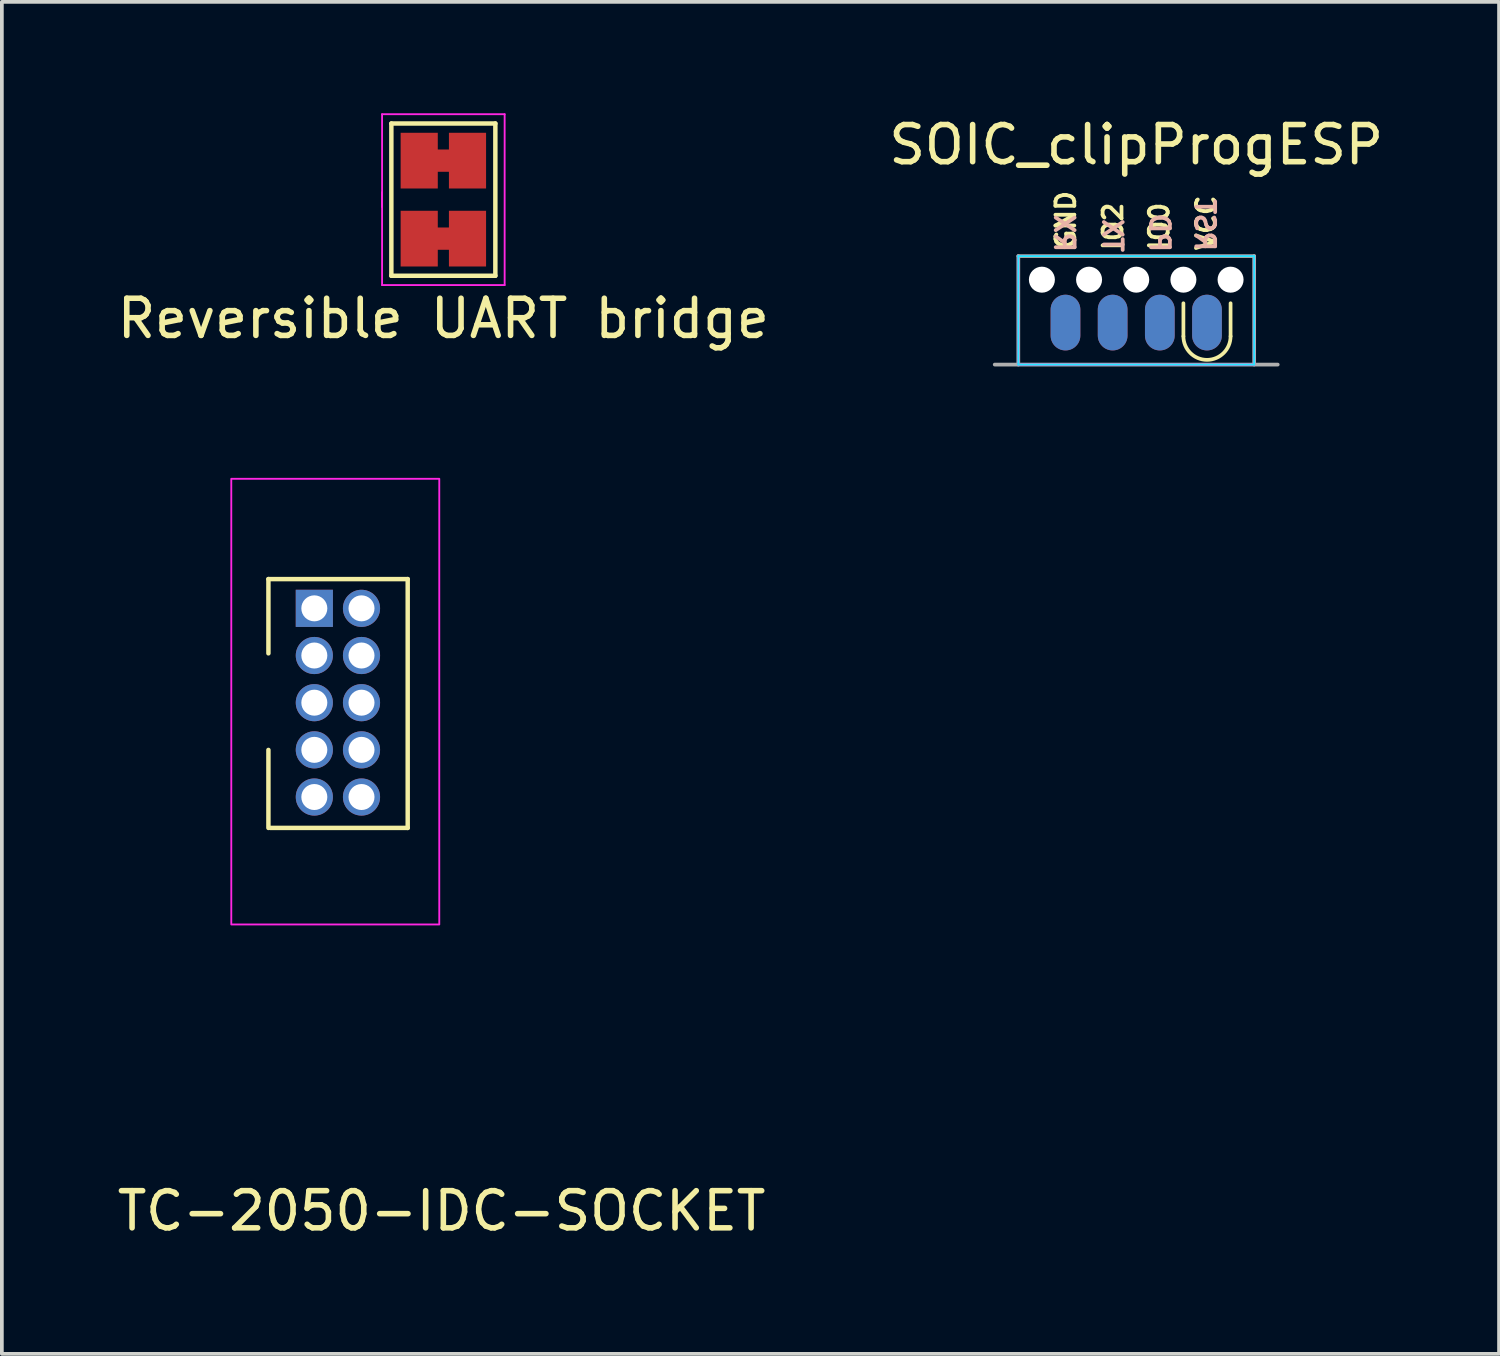
<source format=kicad_pcb>
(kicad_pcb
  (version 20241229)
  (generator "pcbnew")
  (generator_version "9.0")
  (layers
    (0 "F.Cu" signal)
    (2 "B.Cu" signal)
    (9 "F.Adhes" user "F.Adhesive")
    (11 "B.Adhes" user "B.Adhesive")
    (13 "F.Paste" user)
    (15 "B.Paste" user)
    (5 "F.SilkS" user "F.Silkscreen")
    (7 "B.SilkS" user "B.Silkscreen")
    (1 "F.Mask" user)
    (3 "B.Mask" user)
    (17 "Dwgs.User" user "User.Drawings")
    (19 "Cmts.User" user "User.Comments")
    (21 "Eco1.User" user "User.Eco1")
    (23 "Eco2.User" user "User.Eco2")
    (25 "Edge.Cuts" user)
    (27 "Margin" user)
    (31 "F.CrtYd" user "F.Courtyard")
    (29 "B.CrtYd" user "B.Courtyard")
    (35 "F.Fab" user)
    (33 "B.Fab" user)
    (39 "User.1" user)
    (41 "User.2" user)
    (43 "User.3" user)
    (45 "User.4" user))
  (footprint "TC-2050-IDC-SOCKET"
    (layer "F.Cu")
    (at 8.077 22.441)
    (property "Reference" "TC-2050-IDC-SOCKET" (at 0.762 7.112 0) (unlocked yes) (layer "F.SilkS") (effects (font (size 1 1) (thickness 0.15))))
    (attr through_hole)
    (fp_line (start -3.9 -9.9) (end -3.9 -7.9) (stroke (width 0.12) (type default)) (layer "F.SilkS"))
    (fp_line (start -3.9 -9.9) (end -0.15 -9.9) (stroke (width 0.12) (type default)) (layer "F.SilkS"))
    (fp_line (start -3.9 -3.2) (end -3.9 -5.3) (stroke (width 0.12) (type default)) (layer "F.SilkS"))
    (fp_line (start -3.85 -3.2) (end -0.15 -3.2) (stroke (width 0.12) (type default)) (layer "F.SilkS"))
    (fp_line (start -0.15 -9.9) (end -0.15 -3.2) (stroke (width 0.12) (type default)) (layer "F.SilkS"))
    (fp_rect (start -4.9 -12.6) (end 0.7 -0.6) (stroke (width 0.05) (type default)) (fill no) (layer "F.CrtYd"))
    (pad "1" thru_hole rect (at -2.664 -9.112) (size 1 1) (drill 0.7) (layers "*.Cu" "*.Mask"))
    (pad "2" thru_hole oval (at -2.664 -7.842) (size 1 1) (drill 0.7) (layers "*.Cu" "*.Mask"))
    (pad "3" thru_hole oval (at -2.664 -6.572) (size 1 1) (drill 0.7) (layers "*.Cu" "*.Mask"))
    (pad "4" thru_hole oval (at -2.664 -5.302) (size 1 1) (drill 0.7) (layers "*.Cu" "*.Mask"))
    (pad "5" thru_hole oval (at -2.664 -4.032) (size 1 1) (drill 0.7) (layers "*.Cu" "*.Mask"))
    (pad "6" thru_hole oval (at -1.394 -4.032) (size 1 1) (drill 0.7) (layers "*.Cu" "*.Mask"))
    (pad "7" thru_hole oval (at -1.394 -5.302) (size 1 1) (drill 0.7) (layers "*.Cu" "*.Mask"))
    (pad "8" thru_hole oval (at -1.394 -6.572) (size 1 1) (drill 0.7) (layers "*.Cu" "*.Mask"))
    (pad "9" thru_hole oval (at -1.394 -7.842) (size 1 1) (drill 0.7) (layers "*.Cu" "*.Mask"))
    (pad "10" thru_hole oval (at -1.394 -9.112) (size 1 1) (drill 0.7) (layers "*.Cu" "*.Mask")))
  (footprint "Reversible UART bridge"
    (layer "F.Cu")
    (at 8.887 6.025)
    (property "Reference" "Reversible UART bridge" (at 0 -0.5 0) (unlocked yes) (layer "F.SilkS") (effects (font (size 1 1) (thickness 0.15))))
    (attr smd)
    (fp_poly (pts (xy -0.25 -5.05) (xy 0.25 -5.05) (xy 0.25 -4.45) (xy -0.25 -4.45)) (stroke (width 0) (type solid)) (fill yes) (layer "F.Cu"))
    (fp_poly (pts (xy -0.25 -2.95) (xy 0.25 -2.95) (xy 0.25 -2.35) (xy -0.25 -2.35)) (stroke (width 0) (type solid)) (fill yes) (layer "F.Cu"))
    (fp_line (start -1.4 -5.75) (end 1.4 -5.75) (stroke (width 0.12) (type solid)) (layer "F.SilkS"))
    (fp_line (start -1.4 -1.65) (end -1.4 -5.75) (stroke (width 0.12) (type solid)) (layer "F.SilkS"))
    (fp_line (start 1.4 -5.75) (end 1.4 -1.65) (stroke (width 0.12) (type solid)) (layer "F.SilkS"))
    (fp_line (start 1.4 -1.65) (end -1.4 -1.65) (stroke (width 0.12) (type solid)) (layer "F.SilkS"))
    (fp_line (start -1.65 -6) (end -1.65 -3.5) (stroke (width 0.05) (type solid)) (layer "F.CrtYd"))
    (fp_line (start -1.65 -6) (end 1.65 -6) (stroke (width 0.05) (type solid)) (layer "F.CrtYd"))
    (fp_line (start -1.65 -3.9) (end -1.65 -1.4) (stroke (width 0.05) (type solid)) (layer "F.CrtYd"))
    (fp_line (start 1.65 -1.4) (end -1.65 -1.4) (stroke (width 0.05) (type solid)) (layer "F.CrtYd"))
    (fp_line (start 1.65 -1.4) (end 1.65 -6) (stroke (width 0.05) (type solid)) (layer "F.CrtYd"))
    (pad "1" smd rect (at -0.65 -4.75) (size 1 1.5) (layers "F.Cu" "F.Mask"))
    (pad "2" smd rect (at 0.65 -4.75) (size 1 1.5) (layers "F.Cu" "F.Mask"))
    (pad "3" smd rect (at 0.65 -2.65) (size 1 1.5) (layers "F.Cu" "F.Mask"))
    (pad "4" smd rect (at -0.65 -2.65) (size 1 1.5) (layers "F.Cu" "F.Mask")))
  (footprint "SOIC_clipProgESP"
    (layer "F.Cu")
    (at 27.542 6.385)
    (property "Reference" "SOIC_clipProgESP" (at 0 -5.537 0) (layer "F.SilkS") (effects (font (size 1 1) (thickness 0.15))))
    (attr through_hole exclude_from_bom)
    (fp_line (start 1.27 -0.381) (end 1.27 -1.27) (stroke (width 0.1) (type solid)) (layer "F.SilkS"))
    (fp_line (start 2.54 -0.381) (end 2.54 -1.27) (stroke (width 0.1) (type solid)) (layer "F.SilkS"))
    (fp_arc (start 2.54 -0.381) (mid 1.905 0.254) (end 1.27 -0.381) (stroke (width 0.1) (type solid)) (layer "F.SilkS"))
    (fp_line (start -3.175 -2.54) (end 3.175 -2.54) (stroke (width 0.05) (type solid)) (layer "B.CrtYd"))
    (fp_line (start -3.175 0.381) (end -3.175 -2.54) (stroke (width 0.05) (type solid)) (layer "B.CrtYd"))
    (fp_line (start 3.175 -2.54) (end 3.175 0.381) (stroke (width 0.05) (type solid)) (layer "B.CrtYd"))
    (fp_line (start 3.175 0.381) (end -3.175 0.381) (stroke (width 0.05) (type solid)) (layer "B.CrtYd"))
    (fp_line (start -3.175 -2.54) (end -3.175 0.381) (stroke (width 0.05) (type solid)) (layer "F.CrtYd"))
    (fp_line (start -3.175 0.381) (end 3.175 0.381) (stroke (width 0.05) (type solid)) (layer "F.CrtYd"))
    (fp_line (start 3.175 -2.54) (end -3.175 -2.54) (stroke (width 0.05) (type solid)) (layer "F.CrtYd"))
    (fp_line (start 3.175 0.381) (end 3.175 -2.54) (stroke (width 0.05) (type solid)) (layer "F.CrtYd"))
    (fp_line (start -3.81 0.381) (end 3.81 0.381) (stroke (width 0.1) (type solid)) (layer "F.Fab"))
    (fp_line (start -3.175 -2.54) (end -3.175 0.381) (stroke (width 0.1) (type solid)) (layer "F.Fab"))
    (fp_line (start 3.175 -2.54) (end -3.175 -2.54) (stroke (width 0.1) (type solid)) (layer "F.Fab"))
    (fp_line (start 3.175 0.381) (end 3.175 -2.54) (stroke (width 0.1) (type solid)) (layer "F.Fab"))
    (fp_text user "VCC" (at 2.184 -2.642 90) (unlocked yes) (layer "F.SilkS") (effects (font (size 0.508 0.508) (thickness 0.102) (bold yes)) (justify left bottom)))
    (fp_text user "IO2" (at -0.33 -2.642 90) (unlocked yes) (layer "F.SilkS") (effects (font (size 0.508 0.508) (thickness 0.102) (bold yes)) (justify left bottom)))
    (fp_text user "IO0" (at 0.914 -2.642 90) (unlocked yes) (layer "F.SilkS") (effects (font (size 0.508 0.508) (thickness 0.102) (bold yes)) (justify left bottom)))
    (fp_text user "GND" (at -1.6 -2.667 90) (unlocked yes) (layer "F.SilkS") (effects (font (size 0.508 0.508) (thickness 0.102) (bold yes)) (justify left bottom)))
    (fp_text user "TX" (at -0.94 -2.591 270) (unlocked yes) (layer "B.SilkS") (effects (font (size 0.508 0.508) (thickness 0.102) (bold yes)) (justify left bottom mirror)))
    (fp_text user "PD" (at 0.33 -2.591 270) (unlocked yes) (layer "B.SilkS") (effects (font (size 0.508 0.508) (thickness 0.102) (bold yes)) (justify left bottom mirror)))
    (fp_text user "RST" (at 1.549 -2.616 270) (unlocked yes) (layer "B.SilkS") (effects (font (size 0.508 0.508) (thickness 0.102) (bold yes)) (justify left bottom mirror)))
    (fp_text user "RX" (at -2.235 -2.591 270) (unlocked yes) (layer "B.SilkS") (effects (font (size 0.508 0.508) (thickness 0.102) (bold yes)) (justify left bottom mirror)))
    (pad "" np_thru_hole circle (at -2.54 -1.905) (size 0.7 0.7) (drill 0.7) (layers "*.Cu" "*.Mask"))
    (pad "" np_thru_hole circle (at -1.27 -1.905) (size 0.7 0.7) (drill 0.7) (layers "*.Cu" "*.Mask"))
    (pad "" np_thru_hole circle (at 0 -1.905) (size 0.7 0.7) (drill 0.7) (layers "*.Cu" "*.Mask"))
    (pad "" np_thru_hole circle (at 1.27 -1.905) (size 0.7 0.7) (drill 0.7) (layers "*.Cu" "*.Mask"))
    (pad "" np_thru_hole circle (at 2.54 -1.905) (size 0.7 0.7) (drill 0.7) (layers "*.Cu" "*.Mask"))
    (pad "1" smd oval (at 1.905 -0.75) (size 0.8 1.5) (layers "F.Cu" "F.Mask"))
    (pad "2" smd oval (at 0.635 -0.75) (size 0.8 1.5) (layers "F.Cu" "F.Mask"))
    (pad "3" smd oval (at -0.635 -0.75) (size 0.8 1.5) (layers "F.Cu" "F.Mask"))
    (pad "4" smd oval (at -1.905 -0.75) (size 0.8 1.5) (layers "F.Cu" "F.Mask"))
    (pad "5" smd oval (at -1.905 -0.75) (size 0.8 1.5) (layers "B.Cu" "B.Mask"))
    (pad "6" smd oval (at -0.635 -0.75) (size 0.8 1.5) (layers "B.Cu" "B.Mask"))
    (pad "7" smd oval (at 0.635 -0.75) (size 0.8 1.5) (layers "B.Cu" "B.Mask"))
    (pad "8" smd oval (at 1.905 -0.75) (size 0.8 1.5) (layers "B.Cu" "B.Mask")))
  (gr_rect
    (start -3 -3)
    (end 37.31 33.402)
    (stroke (width 0.1) (type default))
    (fill no)
    (layer "Edge.Cuts")))
</source>
